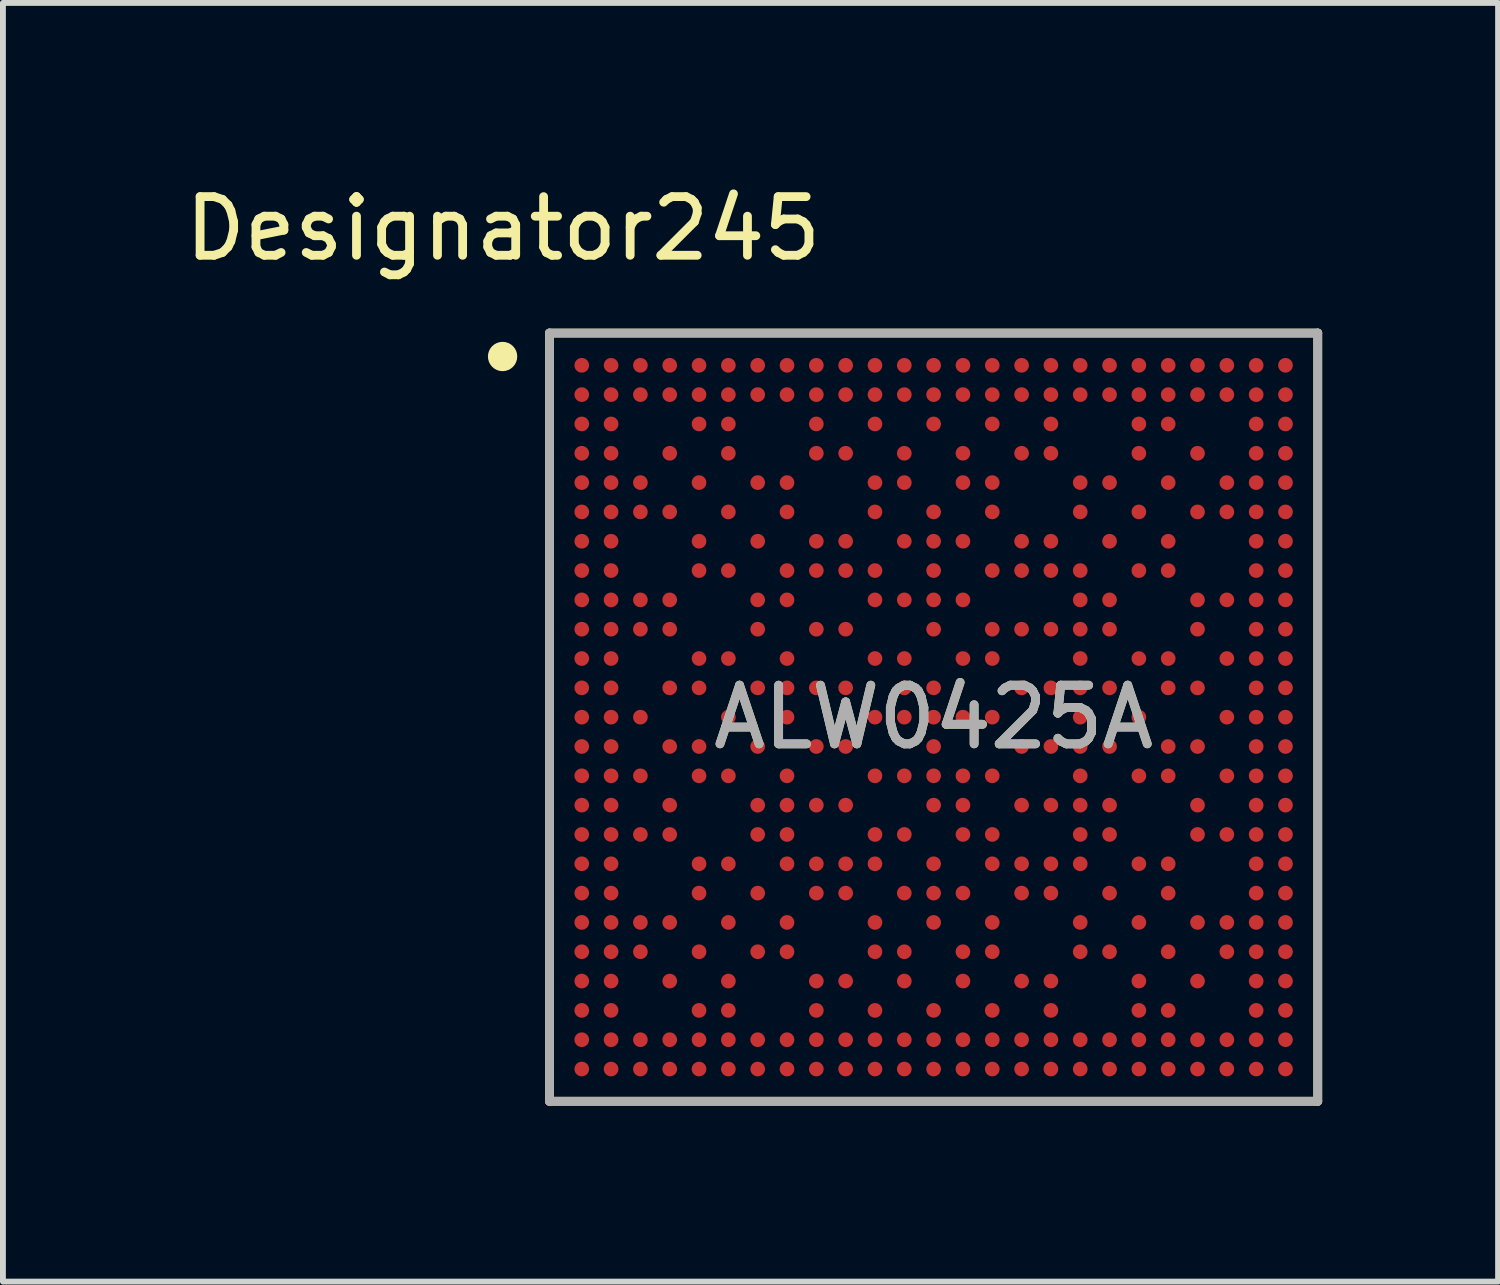
<source format=kicad_pcb>
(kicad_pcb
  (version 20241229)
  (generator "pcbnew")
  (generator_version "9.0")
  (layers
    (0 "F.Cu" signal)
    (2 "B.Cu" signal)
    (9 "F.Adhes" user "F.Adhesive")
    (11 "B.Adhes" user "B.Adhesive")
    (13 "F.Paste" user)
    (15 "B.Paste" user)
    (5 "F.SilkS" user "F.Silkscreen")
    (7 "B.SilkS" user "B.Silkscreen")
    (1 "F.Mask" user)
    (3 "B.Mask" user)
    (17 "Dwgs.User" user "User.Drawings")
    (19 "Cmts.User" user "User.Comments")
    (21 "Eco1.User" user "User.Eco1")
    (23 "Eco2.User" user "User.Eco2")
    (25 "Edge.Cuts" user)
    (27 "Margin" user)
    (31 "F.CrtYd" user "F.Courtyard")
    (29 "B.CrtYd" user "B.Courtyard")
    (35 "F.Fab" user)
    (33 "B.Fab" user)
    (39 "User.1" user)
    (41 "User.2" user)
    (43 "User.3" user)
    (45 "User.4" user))
  (footprint "ALW0425A"
    (layer "F.Cu")
    (at 12.87 9.179)
    (property "Reference" "ALW0425A" (at 0 0 0) (unlocked yes) (layer "F.SilkS") (effects (font (size 1 1) (thickness 0.15))))
    (attr smd)
    (fp_line (start -6.55 -6.55) (end 6.55 -6.55) (stroke (width 0.15) (type solid)) (layer "F.SilkS"))
    (fp_line (start -6.55 6.55) (end -6.55 -6.55) (stroke (width 0.15) (type solid)) (layer "F.SilkS"))
    (fp_line (start -6.55 6.55) (end 6.55 6.55) (stroke (width 0.15) (type solid)) (layer "F.SilkS"))
    (fp_line (start 6.55 6.55) (end 6.55 -6.55) (stroke (width 0.15) (type solid)) (layer "F.SilkS"))
    (fp_circle (center -7.35 -6.15) (end -7.225 -6.15) (stroke (width 0.25) (type solid)) (fill no) (layer "F.SilkS"))
    (fp_line (start -6.55 -6.55) (end 6.55 -6.55) (stroke (width 0.15) (type solid)) (layer "F.Fab"))
    (fp_line (start -6.55 6.55) (end -6.55 -6.55) (stroke (width 0.15) (type solid)) (layer "F.Fab"))
    (fp_line (start -6.55 6.55) (end 6.55 6.55) (stroke (width 0.15) (type solid)) (layer "F.Fab"))
    (fp_line (start 6.55 6.55) (end 6.55 -6.55) (stroke (width 0.15) (type solid)) (layer "F.Fab"))
    (fp_text user "Designator245" (at -7.341 -8.331 0) (unlocked yes) (layer "F.SilkS") (effects (font (size 1 1) (thickness 0.15))))
    (fp_text user "${REFERENCE}" (at 0 0 0) (unlocked yes) (layer "F.Fab") (effects (font (size 1 1) (thickness 0.15))))
    (pad "A1" smd circle (at -6 -6) (size 0.25 0.25) (layers "F.Cu" "F.Mask" "F.Paste"))
    (pad "A2" smd circle (at -5.5 -6) (size 0.25 0.25) (layers "F.Cu" "F.Mask" "F.Paste"))
    (pad "A3" smd circle (at -5 -6) (size 0.25 0.25) (layers "F.Cu" "F.Mask" "F.Paste"))
    (pad "A4" smd circle (at -4.5 -6) (size 0.25 0.25) (layers "F.Cu" "F.Mask" "F.Paste"))
    (pad "A5" smd circle (at -4 -6) (size 0.25 0.25) (layers "F.Cu" "F.Mask" "F.Paste"))
    (pad "A6" smd circle (at -3.5 -6) (size 0.25 0.25) (layers "F.Cu" "F.Mask" "F.Paste"))
    (pad "A7" smd circle (at -3 -6) (size 0.25 0.25) (layers "F.Cu" "F.Mask" "F.Paste"))
    (pad "A8" smd circle (at -2.5 -6) (size 0.25 0.25) (layers "F.Cu" "F.Mask" "F.Paste"))
    (pad "A9" smd circle (at -2 -6) (size 0.25 0.25) (layers "F.Cu" "F.Mask" "F.Paste"))
    (pad "A10" smd circle (at -1.5 -6) (size 0.25 0.25) (layers "F.Cu" "F.Mask" "F.Paste"))
    (pad "A11" smd circle (at -1 -6) (size 0.25 0.25) (layers "F.Cu" "F.Mask" "F.Paste"))
    (pad "A12" smd circle (at -0.5 -6) (size 0.25 0.25) (layers "F.Cu" "F.Mask" "F.Paste"))
    (pad "A13" smd circle (at 0 -6) (size 0.25 0.25) (layers "F.Cu" "F.Mask" "F.Paste"))
    (pad "A14" smd circle (at 0.5 -6) (size 0.25 0.25) (layers "F.Cu" "F.Mask" "F.Paste"))
    (pad "A15" smd circle (at 1 -6) (size 0.25 0.25) (layers "F.Cu" "F.Mask" "F.Paste"))
    (pad "A16" smd circle (at 1.5 -6) (size 0.25 0.25) (layers "F.Cu" "F.Mask" "F.Paste"))
    (pad "A17" smd circle (at 2 -6) (size 0.25 0.25) (layers "F.Cu" "F.Mask" "F.Paste"))
    (pad "A18" smd circle (at 2.5 -6) (size 0.25 0.25) (layers "F.Cu" "F.Mask" "F.Paste"))
    (pad "A19" smd circle (at 3 -6) (size 0.25 0.25) (layers "F.Cu" "F.Mask" "F.Paste"))
    (pad "A20" smd circle (at 3.5 -6) (size 0.25 0.25) (layers "F.Cu" "F.Mask" "F.Paste"))
    (pad "A21" smd circle (at 4 -6) (size 0.25 0.25) (layers "F.Cu" "F.Mask" "F.Paste"))
    (pad "A22" smd circle (at 4.5 -6) (size 0.25 0.25) (layers "F.Cu" "F.Mask" "F.Paste"))
    (pad "A23" smd circle (at 5 -6) (size 0.25 0.25) (layers "F.Cu" "F.Mask" "F.Paste"))
    (pad "A24" smd circle (at 5.5 -6) (size 0.25 0.25) (layers "F.Cu" "F.Mask" "F.Paste"))
    (pad "A25" smd circle (at 6 -6) (size 0.25 0.25) (layers "F.Cu" "F.Mask" "F.Paste"))
    (pad "AA1" smd circle (at -6 4) (size 0.25 0.25) (layers "F.Cu" "F.Mask" "F.Paste"))
    (pad "AA2" smd circle (at -5.5 4) (size 0.25 0.25) (layers "F.Cu" "F.Mask" "F.Paste"))
    (pad "AA3" smd circle (at -5 4) (size 0.25 0.25) (layers "F.Cu" "F.Mask" "F.Paste"))
    (pad "AA5" smd circle (at -4 4) (size 0.25 0.25) (layers "F.Cu" "F.Mask" "F.Paste"))
    (pad "AA7" smd circle (at -3 4) (size 0.25 0.25) (layers "F.Cu" "F.Mask" "F.Paste"))
    (pad "AA8" smd circle (at -2.5 4) (size 0.25 0.25) (layers "F.Cu" "F.Mask" "F.Paste"))
    (pad "AA11" smd circle (at -1 4) (size 0.25 0.25) (layers "F.Cu" "F.Mask" "F.Paste"))
    (pad "AA12" smd circle (at -0.5 4) (size 0.25 0.25) (layers "F.Cu" "F.Mask" "F.Paste"))
    (pad "AA14" smd circle (at 0.5 4) (size 0.25 0.25) (layers "F.Cu" "F.Mask" "F.Paste"))
    (pad "AA15" smd circle (at 1 4) (size 0.25 0.25) (layers "F.Cu" "F.Mask" "F.Paste"))
    (pad "AA18" smd circle (at 2.5 4) (size 0.25 0.25) (layers "F.Cu" "F.Mask" "F.Paste"))
    (pad "AA19" smd circle (at 3 4) (size 0.25 0.25) (layers "F.Cu" "F.Mask" "F.Paste"))
    (pad "AA21" smd circle (at 4 4) (size 0.25 0.25) (layers "F.Cu" "F.Mask" "F.Paste"))
    (pad "AA23" smd circle (at 5 4) (size 0.25 0.25) (layers "F.Cu" "F.Mask" "F.Paste"))
    (pad "AA24" smd circle (at 5.5 4) (size 0.25 0.25) (layers "F.Cu" "F.Mask" "F.Paste"))
    (pad "AA25" smd circle (at 6 4) (size 0.25 0.25) (layers "F.Cu" "F.Mask" "F.Paste"))
    (pad "AB1" smd circle (at -6 4.5) (size 0.25 0.25) (layers "F.Cu" "F.Mask" "F.Paste"))
    (pad "AB2" smd circle (at -5.5 4.5) (size 0.25 0.25) (layers "F.Cu" "F.Mask" "F.Paste"))
    (pad "AB4" smd circle (at -4.5 4.5) (size 0.25 0.25) (layers "F.Cu" "F.Mask" "F.Paste"))
    (pad "AB6" smd circle (at -3.5 4.5) (size 0.25 0.25) (layers "F.Cu" "F.Mask" "F.Paste"))
    (pad "AB9" smd circle (at -2 4.5) (size 0.25 0.25) (layers "F.Cu" "F.Mask" "F.Paste"))
    (pad "AB10" smd circle (at -1.5 4.5) (size 0.25 0.25) (layers "F.Cu" "F.Mask" "F.Paste"))
    (pad "AB12" smd circle (at -0.5 4.5) (size 0.25 0.25) (layers "F.Cu" "F.Mask" "F.Paste"))
    (pad "AB14" smd circle (at 0.5 4.5) (size 0.25 0.25) (layers "F.Cu" "F.Mask" "F.Paste"))
    (pad "AB16" smd circle (at 1.5 4.5) (size 0.25 0.25) (layers "F.Cu" "F.Mask" "F.Paste"))
    (pad "AB17" smd circle (at 2 4.5) (size 0.25 0.25) (layers "F.Cu" "F.Mask" "F.Paste"))
    (pad "AB20" smd circle (at 3.5 4.5) (size 0.25 0.25) (layers "F.Cu" "F.Mask" "F.Paste"))
    (pad "AB22" smd circle (at 4.5 4.5) (size 0.25 0.25) (layers "F.Cu" "F.Mask" "F.Paste"))
    (pad "AB24" smd circle (at 5.5 4.5) (size 0.25 0.25) (layers "F.Cu" "F.Mask" "F.Paste"))
    (pad "AB25" smd circle (at 6 4.5) (size 0.25 0.25) (layers "F.Cu" "F.Mask" "F.Paste"))
    (pad "AC1" smd circle (at -6 5) (size 0.25 0.25) (layers "F.Cu" "F.Mask" "F.Paste"))
    (pad "AC2" smd circle (at -5.5 5) (size 0.25 0.25) (layers "F.Cu" "F.Mask" "F.Paste"))
    (pad "AC5" smd circle (at -4 5) (size 0.25 0.25) (layers "F.Cu" "F.Mask" "F.Paste"))
    (pad "AC6" smd circle (at -3.5 5) (size 0.25 0.25) (layers "F.Cu" "F.Mask" "F.Paste"))
    (pad "AC9" smd circle (at -2 5) (size 0.25 0.25) (layers "F.Cu" "F.Mask" "F.Paste"))
    (pad "AC11" smd circle (at -1 5) (size 0.25 0.25) (layers "F.Cu" "F.Mask" "F.Paste"))
    (pad "AC13" smd circle (at 0 5) (size 0.25 0.25) (layers "F.Cu" "F.Mask" "F.Paste"))
    (pad "AC15" smd circle (at 1 5) (size 0.25 0.25) (layers "F.Cu" "F.Mask" "F.Paste"))
    (pad "AC17" smd circle (at 2 5) (size 0.25 0.25) (layers "F.Cu" "F.Mask" "F.Paste"))
    (pad "AC20" smd circle (at 3.5 5) (size 0.25 0.25) (layers "F.Cu" "F.Mask" "F.Paste"))
    (pad "AC21" smd circle (at 4 5) (size 0.25 0.25) (layers "F.Cu" "F.Mask" "F.Paste"))
    (pad "AC24" smd circle (at 5.5 5) (size 0.25 0.25) (layers "F.Cu" "F.Mask" "F.Paste"))
    (pad "AC25" smd circle (at 6 5) (size 0.25 0.25) (layers "F.Cu" "F.Mask" "F.Paste"))
    (pad "AD1" smd circle (at -6 5.5) (size 0.25 0.25) (layers "F.Cu" "F.Mask" "F.Paste"))
    (pad "AD2" smd circle (at -5.5 5.5) (size 0.25 0.25) (layers "F.Cu" "F.Mask" "F.Paste"))
    (pad "AD3" smd circle (at -5 5.5) (size 0.25 0.25) (layers "F.Cu" "F.Mask" "F.Paste"))
    (pad "AD4" smd circle (at -4.5 5.5) (size 0.25 0.25) (layers "F.Cu" "F.Mask" "F.Paste"))
    (pad "AD5" smd circle (at -4 5.5) (size 0.25 0.25) (layers "F.Cu" "F.Mask" "F.Paste"))
    (pad "AD6" smd circle (at -3.5 5.5) (size 0.25 0.25) (layers "F.Cu" "F.Mask" "F.Paste"))
    (pad "AD7" smd circle (at -3 5.5) (size 0.25 0.25) (layers "F.Cu" "F.Mask" "F.Paste"))
    (pad "AD8" smd circle (at -2.5 5.5) (size 0.25 0.25) (layers "F.Cu" "F.Mask" "F.Paste"))
    (pad "AD9" smd circle (at -2 5.5) (size 0.25 0.25) (layers "F.Cu" "F.Mask" "F.Paste"))
    (pad "AD10" smd circle (at -1.5 5.5) (size 0.25 0.25) (layers "F.Cu" "F.Mask" "F.Paste"))
    (pad "AD11" smd circle (at -1 5.5) (size 0.25 0.25) (layers "F.Cu" "F.Mask" "F.Paste"))
    (pad "AD12" smd circle (at -0.5 5.5) (size 0.25 0.25) (layers "F.Cu" "F.Mask" "F.Paste"))
    (pad "AD13" smd circle (at 0 5.5) (size 0.25 0.25) (layers "F.Cu" "F.Mask" "F.Paste"))
    (pad "AD14" smd circle (at 0.5 5.5) (size 0.25 0.25) (layers "F.Cu" "F.Mask" "F.Paste"))
    (pad "AD15" smd circle (at 1 5.5) (size 0.25 0.25) (layers "F.Cu" "F.Mask" "F.Paste"))
    (pad "AD16" smd circle (at 1.5 5.5) (size 0.25 0.25) (layers "F.Cu" "F.Mask" "F.Paste"))
    (pad "AD17" smd circle (at 2 5.5) (size 0.25 0.25) (layers "F.Cu" "F.Mask" "F.Paste"))
    (pad "AD18" smd circle (at 2.5 5.5) (size 0.25 0.25) (layers "F.Cu" "F.Mask" "F.Paste"))
    (pad "AD19" smd circle (at 3 5.5) (size 0.25 0.25) (layers "F.Cu" "F.Mask" "F.Paste"))
    (pad "AD20" smd circle (at 3.5 5.5) (size 0.25 0.25) (layers "F.Cu" "F.Mask" "F.Paste"))
    (pad "AD21" smd circle (at 4 5.5) (size 0.25 0.25) (layers "F.Cu" "F.Mask" "F.Paste"))
    (pad "AD22" smd circle (at 4.5 5.5) (size 0.25 0.25) (layers "F.Cu" "F.Mask" "F.Paste"))
    (pad "AD23" smd circle (at 5 5.5) (size 0.25 0.25) (layers "F.Cu" "F.Mask" "F.Paste"))
    (pad "AD24" smd circle (at 5.5 5.5) (size 0.25 0.25) (layers "F.Cu" "F.Mask" "F.Paste"))
    (pad "AD25" smd circle (at 6 5.5) (size 0.25 0.25) (layers "F.Cu" "F.Mask" "F.Paste"))
    (pad "AE1" smd circle (at -6 6) (size 0.25 0.25) (layers "F.Cu" "F.Mask" "F.Paste"))
    (pad "AE2" smd circle (at -5.5 6) (size 0.25 0.25) (layers "F.Cu" "F.Mask" "F.Paste"))
    (pad "AE3" smd circle (at -5 6) (size 0.25 0.25) (layers "F.Cu" "F.Mask" "F.Paste"))
    (pad "AE4" smd circle (at -4.5 6) (size 0.25 0.25) (layers "F.Cu" "F.Mask" "F.Paste"))
    (pad "AE5" smd circle (at -4 6) (size 0.25 0.25) (layers "F.Cu" "F.Mask" "F.Paste"))
    (pad "AE6" smd circle (at -3.5 6) (size 0.25 0.25) (layers "F.Cu" "F.Mask" "F.Paste"))
    (pad "AE7" smd circle (at -3 6) (size 0.25 0.25) (layers "F.Cu" "F.Mask" "F.Paste"))
    (pad "AE8" smd circle (at -2.5 6) (size 0.25 0.25) (layers "F.Cu" "F.Mask" "F.Paste"))
    (pad "AE9" smd circle (at -2 6) (size 0.25 0.25) (layers "F.Cu" "F.Mask" "F.Paste"))
    (pad "AE10" smd circle (at -1.5 6) (size 0.25 0.25) (layers "F.Cu" "F.Mask" "F.Paste"))
    (pad "AE11" smd circle (at -1 6) (size 0.25 0.25) (layers "F.Cu" "F.Mask" "F.Paste"))
    (pad "AE12" smd circle (at -0.5 6) (size 0.25 0.25) (layers "F.Cu" "F.Mask" "F.Paste"))
    (pad "AE13" smd circle (at 0 6) (size 0.25 0.25) (layers "F.Cu" "F.Mask" "F.Paste"))
    (pad "AE14" smd circle (at 0.5 6) (size 0.25 0.25) (layers "F.Cu" "F.Mask" "F.Paste"))
    (pad "AE15" smd circle (at 1 6) (size 0.25 0.25) (layers "F.Cu" "F.Mask" "F.Paste"))
    (pad "AE16" smd circle (at 1.5 6) (size 0.25 0.25) (layers "F.Cu" "F.Mask" "F.Paste"))
    (pad "AE17" smd circle (at 2 6) (size 0.25 0.25) (layers "F.Cu" "F.Mask" "F.Paste"))
    (pad "AE18" smd circle (at 2.5 6) (size 0.25 0.25) (layers "F.Cu" "F.Mask" "F.Paste"))
    (pad "AE19" smd circle (at 3 6) (size 0.25 0.25) (layers "F.Cu" "F.Mask" "F.Paste"))
    (pad "AE20" smd circle (at 3.5 6) (size 0.25 0.25) (layers "F.Cu" "F.Mask" "F.Paste"))
    (pad "AE21" smd circle (at 4 6) (size 0.25 0.25) (layers "F.Cu" "F.Mask" "F.Paste"))
    (pad "AE22" smd circle (at 4.5 6) (size 0.25 0.25) (layers "F.Cu" "F.Mask" "F.Paste"))
    (pad "AE23" smd circle (at 5 6) (size 0.25 0.25) (layers "F.Cu" "F.Mask" "F.Paste"))
    (pad "AE24" smd circle (at 5.5 6) (size 0.25 0.25) (layers "F.Cu" "F.Mask" "F.Paste"))
    (pad "AE25" smd circle (at 6 6) (size 0.25 0.25) (layers "F.Cu" "F.Mask" "F.Paste"))
    (pad "B1" smd circle (at -6 -5.5) (size 0.25 0.25) (layers "F.Cu" "F.Mask" "F.Paste"))
    (pad "B2" smd circle (at -5.5 -5.5) (size 0.25 0.25) (layers "F.Cu" "F.Mask" "F.Paste"))
    (pad "B3" smd circle (at -5 -5.5) (size 0.25 0.25) (layers "F.Cu" "F.Mask" "F.Paste"))
    (pad "B4" smd circle (at -4.5 -5.5) (size 0.25 0.25) (layers "F.Cu" "F.Mask" "F.Paste"))
    (pad "B5" smd circle (at -4 -5.5) (size 0.25 0.25) (layers "F.Cu" "F.Mask" "F.Paste"))
    (pad "B6" smd circle (at -3.5 -5.5) (size 0.25 0.25) (layers "F.Cu" "F.Mask" "F.Paste"))
    (pad "B7" smd circle (at -3 -5.5) (size 0.25 0.25) (layers "F.Cu" "F.Mask" "F.Paste"))
    (pad "B8" smd circle (at -2.5 -5.5) (size 0.25 0.25) (layers "F.Cu" "F.Mask" "F.Paste"))
    (pad "B9" smd circle (at -2 -5.5) (size 0.25 0.25) (layers "F.Cu" "F.Mask" "F.Paste"))
    (pad "B10" smd circle (at -1.5 -5.5) (size 0.25 0.25) (layers "F.Cu" "F.Mask" "F.Paste"))
    (pad "B11" smd circle (at -1 -5.5) (size 0.25 0.25) (layers "F.Cu" "F.Mask" "F.Paste"))
    (pad "B12" smd circle (at -0.5 -5.5) (size 0.25 0.25) (layers "F.Cu" "F.Mask" "F.Paste"))
    (pad "B13" smd circle (at 0 -5.5) (size 0.25 0.25) (layers "F.Cu" "F.Mask" "F.Paste"))
    (pad "B14" smd circle (at 0.5 -5.5) (size 0.25 0.25) (layers "F.Cu" "F.Mask" "F.Paste"))
    (pad "B15" smd circle (at 1 -5.5) (size 0.25 0.25) (layers "F.Cu" "F.Mask" "F.Paste"))
    (pad "B16" smd circle (at 1.5 -5.5) (size 0.25 0.25) (layers "F.Cu" "F.Mask" "F.Paste"))
    (pad "B17" smd circle (at 2 -5.5) (size 0.25 0.25) (layers "F.Cu" "F.Mask" "F.Paste"))
    (pad "B18" smd circle (at 2.5 -5.5) (size 0.25 0.25) (layers "F.Cu" "F.Mask" "F.Paste"))
    (pad "B19" smd circle (at 3 -5.5) (size 0.25 0.25) (layers "F.Cu" "F.Mask" "F.Paste"))
    (pad "B20" smd circle (at 3.5 -5.5) (size 0.25 0.25) (layers "F.Cu" "F.Mask" "F.Paste"))
    (pad "B21" smd circle (at 4 -5.5) (size 0.25 0.25) (layers "F.Cu" "F.Mask" "F.Paste"))
    (pad "B22" smd circle (at 4.5 -5.5) (size 0.25 0.25) (layers "F.Cu" "F.Mask" "F.Paste"))
    (pad "B23" smd circle (at 5 -5.5) (size 0.25 0.25) (layers "F.Cu" "F.Mask" "F.Paste"))
    (pad "B24" smd circle (at 5.5 -5.5) (size 0.25 0.25) (layers "F.Cu" "F.Mask" "F.Paste"))
    (pad "B25" smd circle (at 6 -5.5) (size 0.25 0.25) (layers "F.Cu" "F.Mask" "F.Paste"))
    (pad "C1" smd circle (at -6 -5) (size 0.25 0.25) (layers "F.Cu" "F.Mask" "F.Paste"))
    (pad "C2" smd circle (at -5.5 -5) (size 0.25 0.25) (layers "F.Cu" "F.Mask" "F.Paste"))
    (pad "C5" smd circle (at -4 -5) (size 0.25 0.25) (layers "F.Cu" "F.Mask" "F.Paste"))
    (pad "C6" smd circle (at -3.5 -5) (size 0.25 0.25) (layers "F.Cu" "F.Mask" "F.Paste"))
    (pad "C9" smd circle (at -2 -5) (size 0.25 0.25) (layers "F.Cu" "F.Mask" "F.Paste"))
    (pad "C11" smd circle (at -1 -5) (size 0.25 0.25) (layers "F.Cu" "F.Mask" "F.Paste"))
    (pad "C13" smd circle (at 0 -5) (size 0.25 0.25) (layers "F.Cu" "F.Mask" "F.Paste"))
    (pad "C15" smd circle (at 1 -5) (size 0.25 0.25) (layers "F.Cu" "F.Mask" "F.Paste"))
    (pad "C17" smd circle (at 2 -5) (size 0.25 0.25) (layers "F.Cu" "F.Mask" "F.Paste"))
    (pad "C20" smd circle (at 3.5 -5) (size 0.25 0.25) (layers "F.Cu" "F.Mask" "F.Paste"))
    (pad "C21" smd circle (at 4 -5) (size 0.25 0.25) (layers "F.Cu" "F.Mask" "F.Paste"))
    (pad "C24" smd circle (at 5.5 -5) (size 0.25 0.25) (layers "F.Cu" "F.Mask" "F.Paste"))
    (pad "C25" smd circle (at 6 -5) (size 0.25 0.25) (layers "F.Cu" "F.Mask" "F.Paste"))
    (pad "D1" smd circle (at -6 -4.5) (size 0.25 0.25) (layers "F.Cu" "F.Mask" "F.Paste"))
    (pad "D2" smd circle (at -5.5 -4.5) (size 0.25 0.25) (layers "F.Cu" "F.Mask" "F.Paste"))
    (pad "D4" smd circle (at -4.5 -4.5) (size 0.25 0.25) (layers "F.Cu" "F.Mask" "F.Paste"))
    (pad "D6" smd circle (at -3.5 -4.5) (size 0.25 0.25) (layers "F.Cu" "F.Mask" "F.Paste"))
    (pad "D9" smd circle (at -2 -4.5) (size 0.25 0.25) (layers "F.Cu" "F.Mask" "F.Paste"))
    (pad "D10" smd circle (at -1.5 -4.5) (size 0.25 0.25) (layers "F.Cu" "F.Mask" "F.Paste"))
    (pad "D12" smd circle (at -0.5 -4.5) (size 0.25 0.25) (layers "F.Cu" "F.Mask" "F.Paste"))
    (pad "D14" smd circle (at 0.5 -4.5) (size 0.25 0.25) (layers "F.Cu" "F.Mask" "F.Paste"))
    (pad "D16" smd circle (at 1.5 -4.5) (size 0.25 0.25) (layers "F.Cu" "F.Mask" "F.Paste"))
    (pad "D17" smd circle (at 2 -4.5) (size 0.25 0.25) (layers "F.Cu" "F.Mask" "F.Paste"))
    (pad "D20" smd circle (at 3.5 -4.5) (size 0.25 0.25) (layers "F.Cu" "F.Mask" "F.Paste"))
    (pad "D22" smd circle (at 4.5 -4.5) (size 0.25 0.25) (layers "F.Cu" "F.Mask" "F.Paste"))
    (pad "D24" smd circle (at 5.5 -4.5) (size 0.25 0.25) (layers "F.Cu" "F.Mask" "F.Paste"))
    (pad "D25" smd circle (at 6 -4.5) (size 0.25 0.25) (layers "F.Cu" "F.Mask" "F.Paste"))
    (pad "E1" smd circle (at -6 -4) (size 0.25 0.25) (layers "F.Cu" "F.Mask" "F.Paste"))
    (pad "E2" smd circle (at -5.5 -4) (size 0.25 0.25) (layers "F.Cu" "F.Mask" "F.Paste"))
    (pad "E3" smd circle (at -5 -4) (size 0.25 0.25) (layers "F.Cu" "F.Mask" "F.Paste"))
    (pad "E5" smd circle (at -4 -4) (size 0.25 0.25) (layers "F.Cu" "F.Mask" "F.Paste"))
    (pad "E7" smd circle (at -3 -4) (size 0.25 0.25) (layers "F.Cu" "F.Mask" "F.Paste"))
    (pad "E8" smd circle (at -2.5 -4) (size 0.25 0.25) (layers "F.Cu" "F.Mask" "F.Paste"))
    (pad "E11" smd circle (at -1 -4) (size 0.25 0.25) (layers "F.Cu" "F.Mask" "F.Paste"))
    (pad "E12" smd circle (at -0.5 -4) (size 0.25 0.25) (layers "F.Cu" "F.Mask" "F.Paste"))
    (pad "E14" smd circle (at 0.5 -4) (size 0.25 0.25) (layers "F.Cu" "F.Mask" "F.Paste"))
    (pad "E15" smd circle (at 1 -4) (size 0.25 0.25) (layers "F.Cu" "F.Mask" "F.Paste"))
    (pad "E18" smd circle (at 2.5 -4) (size 0.25 0.25) (layers "F.Cu" "F.Mask" "F.Paste"))
    (pad "E19" smd circle (at 3 -4) (size 0.25 0.25) (layers "F.Cu" "F.Mask" "F.Paste"))
    (pad "E21" smd circle (at 4 -4) (size 0.25 0.25) (layers "F.Cu" "F.Mask" "F.Paste"))
    (pad "E23" smd circle (at 5 -4) (size 0.25 0.25) (layers "F.Cu" "F.Mask" "F.Paste"))
    (pad "E24" smd circle (at 5.5 -4) (size 0.25 0.25) (layers "F.Cu" "F.Mask" "F.Paste"))
    (pad "E25" smd circle (at 6 -4) (size 0.25 0.25) (layers "F.Cu" "F.Mask" "F.Paste"))
    (pad "F1" smd circle (at -6 -3.5) (size 0.25 0.25) (layers "F.Cu" "F.Mask" "F.Paste"))
    (pad "F2" smd circle (at -5.5 -3.5) (size 0.25 0.25) (layers "F.Cu" "F.Mask" "F.Paste"))
    (pad "F3" smd circle (at -5 -3.5) (size 0.25 0.25) (layers "F.Cu" "F.Mask" "F.Paste"))
    (pad "F4" smd circle (at -4.5 -3.5) (size 0.25 0.25) (layers "F.Cu" "F.Mask" "F.Paste"))
    (pad "F6" smd circle (at -3.5 -3.5) (size 0.25 0.25) (layers "F.Cu" "F.Mask" "F.Paste"))
    (pad "F8" smd circle (at -2.5 -3.5) (size 0.25 0.25) (layers "F.Cu" "F.Mask" "F.Paste"))
    (pad "F11" smd circle (at -1 -3.5) (size 0.25 0.25) (layers "F.Cu" "F.Mask" "F.Paste"))
    (pad "F13" smd circle (at 0 -3.5) (size 0.25 0.25) (layers "F.Cu" "F.Mask" "F.Paste"))
    (pad "F15" smd circle (at 1 -3.5) (size 0.25 0.25) (layers "F.Cu" "F.Mask" "F.Paste"))
    (pad "F18" smd circle (at 2.5 -3.5) (size 0.25 0.25) (layers "F.Cu" "F.Mask" "F.Paste"))
    (pad "F20" smd circle (at 3.5 -3.5) (size 0.25 0.25) (layers "F.Cu" "F.Mask" "F.Paste"))
    (pad "F22" smd circle (at 4.5 -3.5) (size 0.25 0.25) (layers "F.Cu" "F.Mask" "F.Paste"))
    (pad "F23" smd circle (at 5 -3.5) (size 0.25 0.25) (layers "F.Cu" "F.Mask" "F.Paste"))
    (pad "F24" smd circle (at 5.5 -3.5) (size 0.25 0.25) (layers "F.Cu" "F.Mask" "F.Paste"))
    (pad "F25" smd circle (at 6 -3.5) (size 0.25 0.25) (layers "F.Cu" "F.Mask" "F.Paste"))
    (pad "G1" smd circle (at -6 -3) (size 0.25 0.25) (layers "F.Cu" "F.Mask" "F.Paste"))
    (pad "G2" smd circle (at -5.5 -3) (size 0.25 0.25) (layers "F.Cu" "F.Mask" "F.Paste"))
    (pad "G5" smd circle (at -4 -3) (size 0.25 0.25) (layers "F.Cu" "F.Mask" "F.Paste"))
    (pad "G7" smd circle (at -3 -3) (size 0.25 0.25) (layers "F.Cu" "F.Mask" "F.Paste"))
    (pad "G9" smd circle (at -2 -3) (size 0.25 0.25) (layers "F.Cu" "F.Mask" "F.Paste"))
    (pad "G10" smd circle (at -1.5 -3) (size 0.25 0.25) (layers "F.Cu" "F.Mask" "F.Paste"))
    (pad "G12" smd circle (at -0.5 -3) (size 0.25 0.25) (layers "F.Cu" "F.Mask" "F.Paste"))
    (pad "G13" smd circle (at 0 -3) (size 0.25 0.25) (layers "F.Cu" "F.Mask" "F.Paste"))
    (pad "G14" smd circle (at 0.5 -3) (size 0.25 0.25) (layers "F.Cu" "F.Mask" "F.Paste"))
    (pad "G16" smd circle (at 1.5 -3) (size 0.25 0.25) (layers "F.Cu" "F.Mask" "F.Paste"))
    (pad "G17" smd circle (at 2 -3) (size 0.25 0.25) (layers "F.Cu" "F.Mask" "F.Paste"))
    (pad "G19" smd circle (at 3 -3) (size 0.25 0.25) (layers "F.Cu" "F.Mask" "F.Paste"))
    (pad "G21" smd circle (at 4 -3) (size 0.25 0.25) (layers "F.Cu" "F.Mask" "F.Paste"))
    (pad "G24" smd circle (at 5.5 -3) (size 0.25 0.25) (layers "F.Cu" "F.Mask" "F.Paste"))
    (pad "G25" smd circle (at 6 -3) (size 0.25 0.25) (layers "F.Cu" "F.Mask" "F.Paste"))
    (pad "H1" smd circle (at -6 -2.5) (size 0.25 0.25) (layers "F.Cu" "F.Mask" "F.Paste"))
    (pad "H2" smd circle (at -5.5 -2.5) (size 0.25 0.25) (layers "F.Cu" "F.Mask" "F.Paste"))
    (pad "H5" smd circle (at -4 -2.5) (size 0.25 0.25) (layers "F.Cu" "F.Mask" "F.Paste"))
    (pad "H6" smd circle (at -3.5 -2.5) (size 0.25 0.25) (layers "F.Cu" "F.Mask" "F.Paste"))
    (pad "H8" smd circle (at -2.5 -2.5) (size 0.25 0.25) (layers "F.Cu" "F.Mask" "F.Paste"))
    (pad "H9" smd circle (at -2 -2.5) (size 0.25 0.25) (layers "F.Cu" "F.Mask" "F.Paste"))
    (pad "H10" smd circle (at -1.5 -2.5) (size 0.25 0.25) (layers "F.Cu" "F.Mask" "F.Paste"))
    (pad "H11" smd circle (at -1 -2.5) (size 0.25 0.25) (layers "F.Cu" "F.Mask" "F.Paste"))
    (pad "H13" smd circle (at 0 -2.5) (size 0.25 0.25) (layers "F.Cu" "F.Mask" "F.Paste"))
    (pad "H15" smd circle (at 1 -2.5) (size 0.25 0.25) (layers "F.Cu" "F.Mask" "F.Paste"))
    (pad "H16" smd circle (at 1.5 -2.5) (size 0.25 0.25) (layers "F.Cu" "F.Mask" "F.Paste"))
    (pad "H17" smd circle (at 2 -2.5) (size 0.25 0.25) (layers "F.Cu" "F.Mask" "F.Paste"))
    (pad "H18" smd circle (at 2.5 -2.5) (size 0.25 0.25) (layers "F.Cu" "F.Mask" "F.Paste"))
    (pad "H20" smd circle (at 3.5 -2.5) (size 0.25 0.25) (layers "F.Cu" "F.Mask" "F.Paste"))
    (pad "H21" smd circle (at 4 -2.5) (size 0.25 0.25) (layers "F.Cu" "F.Mask" "F.Paste"))
    (pad "H24" smd circle (at 5.5 -2.5) (size 0.25 0.25) (layers "F.Cu" "F.Mask" "F.Paste"))
    (pad "H25" smd circle (at 6 -2.5) (size 0.25 0.25) (layers "F.Cu" "F.Mask" "F.Paste"))
    (pad "J1" smd circle (at -6 -2) (size 0.25 0.25) (layers "F.Cu" "F.Mask" "F.Paste"))
    (pad "J2" smd circle (at -5.5 -2) (size 0.25 0.25) (layers "F.Cu" "F.Mask" "F.Paste"))
    (pad "J3" smd circle (at -5 -2) (size 0.25 0.25) (layers "F.Cu" "F.Mask" "F.Paste"))
    (pad "J4" smd circle (at -4.5 -2) (size 0.25 0.25) (layers "F.Cu" "F.Mask" "F.Paste"))
    (pad "J7" smd circle (at -3 -2) (size 0.25 0.25) (layers "F.Cu" "F.Mask" "F.Paste"))
    (pad "J8" smd circle (at -2.5 -2) (size 0.25 0.25) (layers "F.Cu" "F.Mask" "F.Paste"))
    (pad "J11" smd circle (at -1 -2) (size 0.25 0.25) (layers "F.Cu" "F.Mask" "F.Paste"))
    (pad "J12" smd circle (at -0.5 -2) (size 0.25 0.25) (layers "F.Cu" "F.Mask" "F.Paste"))
    (pad "J13" smd circle (at 0 -2) (size 0.25 0.25) (layers "F.Cu" "F.Mask" "F.Paste"))
    (pad "J14" smd circle (at 0.5 -2) (size 0.25 0.25) (layers "F.Cu" "F.Mask" "F.Paste"))
    (pad "J18" smd circle (at 2.5 -2) (size 0.25 0.25) (layers "F.Cu" "F.Mask" "F.Paste"))
    (pad "J19" smd circle (at 3 -2) (size 0.25 0.25) (layers "F.Cu" "F.Mask" "F.Paste"))
    (pad "J22" smd circle (at 4.5 -2) (size 0.25 0.25) (layers "F.Cu" "F.Mask" "F.Paste"))
    (pad "J23" smd circle (at 5 -2) (size 0.25 0.25) (layers "F.Cu" "F.Mask" "F.Paste"))
    (pad "J24" smd circle (at 5.5 -2) (size 0.25 0.25) (layers "F.Cu" "F.Mask" "F.Paste"))
    (pad "J25" smd circle (at 6 -2) (size 0.25 0.25) (layers "F.Cu" "F.Mask" "F.Paste"))
    (pad "K1" smd circle (at -6 -1.5) (size 0.25 0.25) (layers "F.Cu" "F.Mask" "F.Paste"))
    (pad "K2" smd circle (at -5.5 -1.5) (size 0.25 0.25) (layers "F.Cu" "F.Mask" "F.Paste"))
    (pad "K3" smd circle (at -5 -1.5) (size 0.25 0.25) (layers "F.Cu" "F.Mask" "F.Paste"))
    (pad "K4" smd circle (at -4.5 -1.5) (size 0.25 0.25) (layers "F.Cu" "F.Mask" "F.Paste"))
    (pad "K7" smd circle (at -3 -1.5) (size 0.25 0.25) (layers "F.Cu" "F.Mask" "F.Paste"))
    (pad "K9" smd circle (at -2 -1.5) (size 0.25 0.25) (layers "F.Cu" "F.Mask" "F.Paste"))
    (pad "K10" smd circle (at -1.5 -1.5) (size 0.25 0.25) (layers "F.Cu" "F.Mask" "F.Paste"))
    (pad "K13" smd circle (at 0 -1.5) (size 0.25 0.25) (layers "F.Cu" "F.Mask" "F.Paste"))
    (pad "K15" smd circle (at 1 -1.5) (size 0.25 0.25) (layers "F.Cu" "F.Mask" "F.Paste"))
    (pad "K16" smd circle (at 1.5 -1.5) (size 0.25 0.25) (layers "F.Cu" "F.Mask" "F.Paste"))
    (pad "K17" smd circle (at 2 -1.5) (size 0.25 0.25) (layers "F.Cu" "F.Mask" "F.Paste"))
    (pad "K18" smd circle (at 2.5 -1.5) (size 0.25 0.25) (layers "F.Cu" "F.Mask" "F.Paste"))
    (pad "K19" smd circle (at 3 -1.5) (size 0.25 0.25) (layers "F.Cu" "F.Mask" "F.Paste"))
    (pad "K22" smd circle (at 4.5 -1.5) (size 0.25 0.25) (layers "F.Cu" "F.Mask" "F.Paste"))
    (pad "K24" smd circle (at 5.5 -1.5) (size 0.25 0.25) (layers "F.Cu" "F.Mask" "F.Paste"))
    (pad "K25" smd circle (at 6 -1.5) (size 0.25 0.25) (layers "F.Cu" "F.Mask" "F.Paste"))
    (pad "L1" smd circle (at -6 -1) (size 0.25 0.25) (layers "F.Cu" "F.Mask" "F.Paste"))
    (pad "L2" smd circle (at -5.5 -1) (size 0.25 0.25) (layers "F.Cu" "F.Mask" "F.Paste"))
    (pad "L5" smd circle (at -4 -1) (size 0.25 0.25) (layers "F.Cu" "F.Mask" "F.Paste"))
    (pad "L6" smd circle (at -3.5 -1) (size 0.25 0.25) (layers "F.Cu" "F.Mask" "F.Paste"))
    (pad "L8" smd circle (at -2.5 -1) (size 0.25 0.25) (layers "F.Cu" "F.Mask" "F.Paste"))
    (pad "L11" smd circle (at -1 -1) (size 0.25 0.25) (layers "F.Cu" "F.Mask" "F.Paste"))
    (pad "L12" smd circle (at -0.5 -1) (size 0.25 0.25) (layers "F.Cu" "F.Mask" "F.Paste"))
    (pad "L14" smd circle (at 0.5 -1) (size 0.25 0.25) (layers "F.Cu" "F.Mask" "F.Paste"))
    (pad "L15" smd circle (at 1 -1) (size 0.25 0.25) (layers "F.Cu" "F.Mask" "F.Paste"))
    (pad "L18" smd circle (at 2.5 -1) (size 0.25 0.25) (layers "F.Cu" "F.Mask" "F.Paste"))
    (pad "L20" smd circle (at 3.5 -1) (size 0.25 0.25) (layers "F.Cu" "F.Mask" "F.Paste"))
    (pad "L21" smd circle (at 4 -1) (size 0.25 0.25) (layers "F.Cu" "F.Mask" "F.Paste"))
    (pad "L23" smd circle (at 5 -1) (size 0.25 0.25) (layers "F.Cu" "F.Mask" "F.Paste"))
    (pad "L24" smd circle (at 5.5 -1) (size 0.25 0.25) (layers "F.Cu" "F.Mask" "F.Paste"))
    (pad "L25" smd circle (at 6 -1) (size 0.25 0.25) (layers "F.Cu" "F.Mask" "F.Paste"))
    (pad "M1" smd circle (at -6 -0.5) (size 0.25 0.25) (layers "F.Cu" "F.Mask" "F.Paste"))
    (pad "M2" smd circle (at -5.5 -0.5) (size 0.25 0.25) (layers "F.Cu" "F.Mask" "F.Paste"))
    (pad "M4" smd circle (at -4.5 -0.5) (size 0.25 0.25) (layers "F.Cu" "F.Mask" "F.Paste"))
    (pad "M5" smd circle (at -4 -0.5) (size 0.25 0.25) (layers "F.Cu" "F.Mask" "F.Paste"))
    (pad "M7" smd circle (at -3 -0.5) (size 0.25 0.25) (layers "F.Cu" "F.Mask" "F.Paste"))
    (pad "M8" smd circle (at -2.5 -0.5) (size 0.25 0.25) (layers "F.Cu" "F.Mask" "F.Paste"))
    (pad "M9" smd circle (at -2 -0.5) (size 0.25 0.25) (layers "F.Cu" "F.Mask" "F.Paste"))
    (pad "M10" smd circle (at -1.5 -0.5) (size 0.25 0.25) (layers "F.Cu" "F.Mask" "F.Paste"))
    (pad "M12" smd circle (at -0.5 -0.5) (size 0.25 0.25) (layers "F.Cu" "F.Mask" "F.Paste"))
    (pad "M13" smd circle (at 0 -0.5) (size 0.25 0.25) (layers "F.Cu" "F.Mask" "F.Paste"))
    (pad "M16" smd circle (at 1.5 -0.5) (size 0.25 0.25) (layers "F.Cu" "F.Mask" "F.Paste"))
    (pad "M17" smd circle (at 2 -0.5) (size 0.25 0.25) (layers "F.Cu" "F.Mask" "F.Paste"))
    (pad "M18" smd circle (at 2.5 -0.5) (size 0.25 0.25) (layers "F.Cu" "F.Mask" "F.Paste"))
    (pad "M19" smd circle (at 3 -0.5) (size 0.25 0.25) (layers "F.Cu" "F.Mask" "F.Paste"))
    (pad "M21" smd circle (at 4 -0.5) (size 0.25 0.25) (layers "F.Cu" "F.Mask" "F.Paste"))
    (pad "M22" smd circle (at 4.5 -0.5) (size 0.25 0.25) (layers "F.Cu" "F.Mask" "F.Paste"))
    (pad "M24" smd circle (at 5.5 -0.5) (size 0.25 0.25) (layers "F.Cu" "F.Mask" "F.Paste"))
    (pad "M25" smd circle (at 6 -0.5) (size 0.25 0.25) (layers "F.Cu" "F.Mask" "F.Paste"))
    (pad "N1" smd circle (at -6 0) (size 0.25 0.25) (layers "F.Cu" "F.Mask" "F.Paste"))
    (pad "N2" smd circle (at -5.5 0) (size 0.25 0.25) (layers "F.Cu" "F.Mask" "F.Paste"))
    (pad "N3" smd circle (at -5 0) (size 0.25 0.25) (layers "F.Cu" "F.Mask" "F.Paste"))
    (pad "N6" smd circle (at -3.5 0) (size 0.25 0.25) (layers "F.Cu" "F.Mask" "F.Paste"))
    (pad "N8" smd circle (at -2.5 0) (size 0.25 0.25) (layers "F.Cu" "F.Mask" "F.Paste"))
    (pad "N11" smd circle (at -1 0) (size 0.25 0.25) (layers "F.Cu" "F.Mask" "F.Paste"))
    (pad "N12" smd circle (at -0.5 0) (size 0.25 0.25) (layers "F.Cu" "F.Mask" "F.Paste"))
    (pad "N13" smd circle (at 0 0) (size 0.25 0.25) (layers "F.Cu" "F.Mask" "F.Paste"))
    (pad "N14" smd circle (at 0.5 0) (size 0.25 0.25) (layers "F.Cu" "F.Mask" "F.Paste"))
    (pad "N15" smd circle (at 1 0) (size 0.25 0.25) (layers "F.Cu" "F.Mask" "F.Paste"))
    (pad "N18" smd circle (at 2.5 0) (size 0.25 0.25) (layers "F.Cu" "F.Mask" "F.Paste"))
    (pad "N20" smd circle (at 3.5 0) (size 0.25 0.25) (layers "F.Cu" "F.Mask" "F.Paste"))
    (pad "N23" smd circle (at 5 0) (size 0.25 0.25) (layers "F.Cu" "F.Mask" "F.Paste"))
    (pad "N24" smd circle (at 5.5 0) (size 0.25 0.25) (layers "F.Cu" "F.Mask" "F.Paste"))
    (pad "N25" smd circle (at 6 0) (size 0.25 0.25) (layers "F.Cu" "F.Mask" "F.Paste"))
    (pad "P1" smd circle (at -6 0.5) (size 0.25 0.25) (layers "F.Cu" "F.Mask" "F.Paste"))
    (pad "P2" smd circle (at -5.5 0.5) (size 0.25 0.25) (layers "F.Cu" "F.Mask" "F.Paste"))
    (pad "P4" smd circle (at -4.5 0.5) (size 0.25 0.25) (layers "F.Cu" "F.Mask" "F.Paste"))
    (pad "P5" smd circle (at -4 0.5) (size 0.25 0.25) (layers "F.Cu" "F.Mask" "F.Paste"))
    (pad "P7" smd circle (at -3 0.5) (size 0.25 0.25) (layers "F.Cu" "F.Mask" "F.Paste"))
    (pad "P9" smd circle (at -2 0.5) (size 0.25 0.25) (layers "F.Cu" "F.Mask" "F.Paste"))
    (pad "P10" smd circle (at -1.5 0.5) (size 0.25 0.25) (layers "F.Cu" "F.Mask" "F.Paste"))
    (pad "P13" smd circle (at 0 0.5) (size 0.25 0.25) (layers "F.Cu" "F.Mask" "F.Paste"))
    (pad "P16" smd circle (at 1.5 0.5) (size 0.25 0.25) (layers "F.Cu" "F.Mask" "F.Paste"))
    (pad "P17" smd circle (at 2 0.5) (size 0.25 0.25) (layers "F.Cu" "F.Mask" "F.Paste"))
    (pad "P18" smd circle (at 2.5 0.5) (size 0.25 0.25) (layers "F.Cu" "F.Mask" "F.Paste"))
    (pad "P19" smd circle (at 3 0.5) (size 0.25 0.25) (layers "F.Cu" "F.Mask" "F.Paste"))
    (pad "P21" smd circle (at 4 0.5) (size 0.25 0.25) (layers "F.Cu" "F.Mask" "F.Paste"))
    (pad "P22" smd circle (at 4.5 0.5) (size 0.25 0.25) (layers "F.Cu" "F.Mask" "F.Paste"))
    (pad "P24" smd circle (at 5.5 0.5) (size 0.25 0.25) (layers "F.Cu" "F.Mask" "F.Paste"))
    (pad "P25" smd circle (at 6 0.5) (size 0.25 0.25) (layers "F.Cu" "F.Mask" "F.Paste"))
    (pad "R1" smd circle (at -6 1) (size 0.25 0.25) (layers "F.Cu" "F.Mask" "F.Paste"))
    (pad "R2" smd circle (at -5.5 1) (size 0.25 0.25) (layers "F.Cu" "F.Mask" "F.Paste"))
    (pad "R3" smd circle (at -5 1) (size 0.25 0.25) (layers "F.Cu" "F.Mask" "F.Paste"))
    (pad "R5" smd circle (at -4 1) (size 0.25 0.25) (layers "F.Cu" "F.Mask" "F.Paste"))
    (pad "R6" smd circle (at -3.5 1) (size 0.25 0.25) (layers "F.Cu" "F.Mask" "F.Paste"))
    (pad "R8" smd circle (at -2.5 1) (size 0.25 0.25) (layers "F.Cu" "F.Mask" "F.Paste"))
    (pad "R11" smd circle (at -1 1) (size 0.25 0.25) (layers "F.Cu" "F.Mask" "F.Paste"))
    (pad "R12" smd circle (at -0.5 1) (size 0.25 0.25) (layers "F.Cu" "F.Mask" "F.Paste"))
    (pad "R13" smd circle (at 0 1) (size 0.25 0.25) (layers "F.Cu" "F.Mask" "F.Paste"))
    (pad "R14" smd circle (at 0.5 1) (size 0.25 0.25) (layers "F.Cu" "F.Mask" "F.Paste"))
    (pad "R15" smd circle (at 1 1) (size 0.25 0.25) (layers "F.Cu" "F.Mask" "F.Paste"))
    (pad "R18" smd circle (at 2.5 1) (size 0.25 0.25) (layers "F.Cu" "F.Mask" "F.Paste"))
    (pad "R20" smd circle (at 3.5 1) (size 0.25 0.25) (layers "F.Cu" "F.Mask" "F.Paste"))
    (pad "R21" smd circle (at 4 1) (size 0.25 0.25) (layers "F.Cu" "F.Mask" "F.Paste"))
    (pad "R23" smd circle (at 5 1) (size 0.25 0.25) (layers "F.Cu" "F.Mask" "F.Paste"))
    (pad "R24" smd circle (at 5.5 1) (size 0.25 0.25) (layers "F.Cu" "F.Mask" "F.Paste"))
    (pad "R25" smd circle (at 6 1) (size 0.25 0.25) (layers "F.Cu" "F.Mask" "F.Paste"))
    (pad "T1" smd circle (at -6 1.5) (size 0.25 0.25) (layers "F.Cu" "F.Mask" "F.Paste"))
    (pad "T2" smd circle (at -5.5 1.5) (size 0.25 0.25) (layers "F.Cu" "F.Mask" "F.Paste"))
    (pad "T4" smd circle (at -4.5 1.5) (size 0.25 0.25) (layers "F.Cu" "F.Mask" "F.Paste"))
    (pad "T7" smd circle (at -3 1.5) (size 0.25 0.25) (layers "F.Cu" "F.Mask" "F.Paste"))
    (pad "T8" smd circle (at -2.5 1.5) (size 0.25 0.25) (layers "F.Cu" "F.Mask" "F.Paste"))
    (pad "T9" smd circle (at -2 1.5) (size 0.25 0.25) (layers "F.Cu" "F.Mask" "F.Paste"))
    (pad "T10" smd circle (at -1.5 1.5) (size 0.25 0.25) (layers "F.Cu" "F.Mask" "F.Paste"))
    (pad "T13" smd circle (at 0 1.5) (size 0.25 0.25) (layers "F.Cu" "F.Mask" "F.Paste"))
    (pad "T14" smd circle (at 0.5 1.5) (size 0.25 0.25) (layers "F.Cu" "F.Mask" "F.Paste"))
    (pad "T16" smd circle (at 1.5 1.5) (size 0.25 0.25) (layers "F.Cu" "F.Mask" "F.Paste"))
    (pad "T17" smd circle (at 2 1.5) (size 0.25 0.25) (layers "F.Cu" "F.Mask" "F.Paste"))
    (pad "T18" smd circle (at 2.5 1.5) (size 0.25 0.25) (layers "F.Cu" "F.Mask" "F.Paste"))
    (pad "T19" smd circle (at 3 1.5) (size 0.25 0.25) (layers "F.Cu" "F.Mask" "F.Paste"))
    (pad "T22" smd circle (at 4.5 1.5) (size 0.25 0.25) (layers "F.Cu" "F.Mask" "F.Paste"))
    (pad "T24" smd circle (at 5.5 1.5) (size 0.25 0.25) (layers "F.Cu" "F.Mask" "F.Paste"))
    (pad "T25" smd circle (at 6 1.5) (size 0.25 0.25) (layers "F.Cu" "F.Mask" "F.Paste"))
    (pad "U1" smd circle (at -6 2) (size 0.25 0.25) (layers "F.Cu" "F.Mask" "F.Paste"))
    (pad "U2" smd circle (at -5.5 2) (size 0.25 0.25) (layers "F.Cu" "F.Mask" "F.Paste"))
    (pad "U3" smd circle (at -5 2) (size 0.25 0.25) (layers "F.Cu" "F.Mask" "F.Paste"))
    (pad "U4" smd circle (at -4.5 2) (size 0.25 0.25) (layers "F.Cu" "F.Mask" "F.Paste"))
    (pad "U7" smd circle (at -3 2) (size 0.25 0.25) (layers "F.Cu" "F.Mask" "F.Paste"))
    (pad "U8" smd circle (at -2.5 2) (size 0.25 0.25) (layers "F.Cu" "F.Mask" "F.Paste"))
    (pad "U11" smd circle (at -1 2) (size 0.25 0.25) (layers "F.Cu" "F.Mask" "F.Paste"))
    (pad "U12" smd circle (at -0.5 2) (size 0.25 0.25) (layers "F.Cu" "F.Mask" "F.Paste"))
    (pad "U14" smd circle (at 0.5 2) (size 0.25 0.25) (layers "F.Cu" "F.Mask" "F.Paste"))
    (pad "U15" smd circle (at 1 2) (size 0.25 0.25) (layers "F.Cu" "F.Mask" "F.Paste"))
    (pad "U18" smd circle (at 2.5 2) (size 0.25 0.25) (layers "F.Cu" "F.Mask" "F.Paste"))
    (pad "U19" smd circle (at 3 2) (size 0.25 0.25) (layers "F.Cu" "F.Mask" "F.Paste"))
    (pad "U22" smd circle (at 4.5 2) (size 0.25 0.25) (layers "F.Cu" "F.Mask" "F.Paste"))
    (pad "U23" smd circle (at 5 2) (size 0.25 0.25) (layers "F.Cu" "F.Mask" "F.Paste"))
    (pad "U24" smd circle (at 5.5 2) (size 0.25 0.25) (layers "F.Cu" "F.Mask" "F.Paste"))
    (pad "U25" smd circle (at 6 2) (size 0.25 0.25) (layers "F.Cu" "F.Mask" "F.Paste"))
    (pad "V1" smd circle (at -6 2.5) (size 0.25 0.25) (layers "F.Cu" "F.Mask" "F.Paste"))
    (pad "V2" smd circle (at -5.5 2.5) (size 0.25 0.25) (layers "F.Cu" "F.Mask" "F.Paste"))
    (pad "V5" smd circle (at -4 2.5) (size 0.25 0.25) (layers "F.Cu" "F.Mask" "F.Paste"))
    (pad "V6" smd circle (at -3.5 2.5) (size 0.25 0.25) (layers "F.Cu" "F.Mask" "F.Paste"))
    (pad "V8" smd circle (at -2.5 2.5) (size 0.25 0.25) (layers "F.Cu" "F.Mask" "F.Paste"))
    (pad "V9" smd circle (at -2 2.5) (size 0.25 0.25) (layers "F.Cu" "F.Mask" "F.Paste"))
    (pad "V10" smd circle (at -1.5 2.5) (size 0.25 0.25) (layers "F.Cu" "F.Mask" "F.Paste"))
    (pad "V11" smd circle (at -1 2.5) (size 0.25 0.25) (layers "F.Cu" "F.Mask" "F.Paste"))
    (pad "V13" smd circle (at 0 2.5) (size 0.25 0.25) (layers "F.Cu" "F.Mask" "F.Paste"))
    (pad "V15" smd circle (at 1 2.5) (size 0.25 0.25) (layers "F.Cu" "F.Mask" "F.Paste"))
    (pad "V16" smd circle (at 1.5 2.5) (size 0.25 0.25) (layers "F.Cu" "F.Mask" "F.Paste"))
    (pad "V17" smd circle (at 2 2.5) (size 0.25 0.25) (layers "F.Cu" "F.Mask" "F.Paste"))
    (pad "V18" smd circle (at 2.5 2.5) (size 0.25 0.25) (layers "F.Cu" "F.Mask" "F.Paste"))
    (pad "V20" smd circle (at 3.5 2.5) (size 0.25 0.25) (layers "F.Cu" "F.Mask" "F.Paste"))
    (pad "V21" smd circle (at 4 2.5) (size 0.25 0.25) (layers "F.Cu" "F.Mask" "F.Paste"))
    (pad "V24" smd circle (at 5.5 2.5) (size 0.25 0.25) (layers "F.Cu" "F.Mask" "F.Paste"))
    (pad "V25" smd circle (at 6 2.5) (size 0.25 0.25) (layers "F.Cu" "F.Mask" "F.Paste"))
    (pad "W1" smd circle (at -6 3) (size 0.25 0.25) (layers "F.Cu" "F.Mask" "F.Paste"))
    (pad "W2" smd circle (at -5.5 3) (size 0.25 0.25) (layers "F.Cu" "F.Mask" "F.Paste"))
    (pad "W5" smd circle (at -4 3) (size 0.25 0.25) (layers "F.Cu" "F.Mask" "F.Paste"))
    (pad "W7" smd circle (at -3 3) (size 0.25 0.25) (layers "F.Cu" "F.Mask" "F.Paste"))
    (pad "W9" smd circle (at -2 3) (size 0.25 0.25) (layers "F.Cu" "F.Mask" "F.Paste"))
    (pad "W10" smd circle (at -1.5 3) (size 0.25 0.25) (layers "F.Cu" "F.Mask" "F.Paste"))
    (pad "W12" smd circle (at -0.5 3) (size 0.25 0.25) (layers "F.Cu" "F.Mask" "F.Paste"))
    (pad "W13" smd circle (at 0 3) (size 0.25 0.25) (layers "F.Cu" "F.Mask" "F.Paste"))
    (pad "W14" smd circle (at 0.5 3) (size 0.25 0.25) (layers "F.Cu" "F.Mask" "F.Paste"))
    (pad "W16" smd circle (at 1.5 3) (size 0.25 0.25) (layers "F.Cu" "F.Mask" "F.Paste"))
    (pad "W17" smd circle (at 2 3) (size 0.25 0.25) (layers "F.Cu" "F.Mask" "F.Paste"))
    (pad "W19" smd circle (at 3 3) (size 0.25 0.25) (layers "F.Cu" "F.Mask" "F.Paste"))
    (pad "W21" smd circle (at 4 3) (size 0.25 0.25) (layers "F.Cu" "F.Mask" "F.Paste"))
    (pad "W24" smd circle (at 5.5 3) (size 0.25 0.25) (layers "F.Cu" "F.Mask" "F.Paste"))
    (pad "W25" smd circle (at 6 3) (size 0.25 0.25) (layers "F.Cu" "F.Mask" "F.Paste"))
    (pad "Y1" smd circle (at -6 3.5) (size 0.25 0.25) (layers "F.Cu" "F.Mask" "F.Paste"))
    (pad "Y2" smd circle (at -5.5 3.5) (size 0.25 0.25) (layers "F.Cu" "F.Mask" "F.Paste"))
    (pad "Y3" smd circle (at -5 3.5) (size 0.25 0.25) (layers "F.Cu" "F.Mask" "F.Paste"))
    (pad "Y4" smd circle (at -4.5 3.5) (size 0.25 0.25) (layers "F.Cu" "F.Mask" "F.Paste"))
    (pad "Y6" smd circle (at -3.5 3.5) (size 0.25 0.25) (layers "F.Cu" "F.Mask" "F.Paste"))
    (pad "Y8" smd circle (at -2.5 3.5) (size 0.25 0.25) (layers "F.Cu" "F.Mask" "F.Paste"))
    (pad "Y11" smd circle (at -1 3.5) (size 0.25 0.25) (layers "F.Cu" "F.Mask" "F.Paste"))
    (pad "Y13" smd circle (at 0 3.5) (size 0.25 0.25) (layers "F.Cu" "F.Mask" "F.Paste"))
    (pad "Y15" smd circle (at 1 3.5) (size 0.25 0.25) (layers "F.Cu" "F.Mask" "F.Paste"))
    (pad "Y18" smd circle (at 2.5 3.5) (size 0.25 0.25) (layers "F.Cu" "F.Mask" "F.Paste"))
    (pad "Y20" smd circle (at 3.5 3.5) (size 0.25 0.25) (layers "F.Cu" "F.Mask" "F.Paste"))
    (pad "Y22" smd circle (at 4.5 3.5) (size 0.25 0.25) (layers "F.Cu" "F.Mask" "F.Paste"))
    (pad "Y23" smd circle (at 5 3.5) (size 0.25 0.25) (layers "F.Cu" "F.Mask" "F.Paste"))
    (pad "Y24" smd circle (at 5.5 3.5) (size 0.25 0.25) (layers "F.Cu" "F.Mask" "F.Paste"))
    (pad "Y25" smd circle (at 6 3.5) (size 0.25 0.25) (layers "F.Cu" "F.Mask" "F.Paste")))
  (gr_rect
    (start -3 -3)
    (end 22.495 18.804)
    (stroke (width 0.1) (type default))
    (fill no)
    (layer "Edge.Cuts")))
</source>
